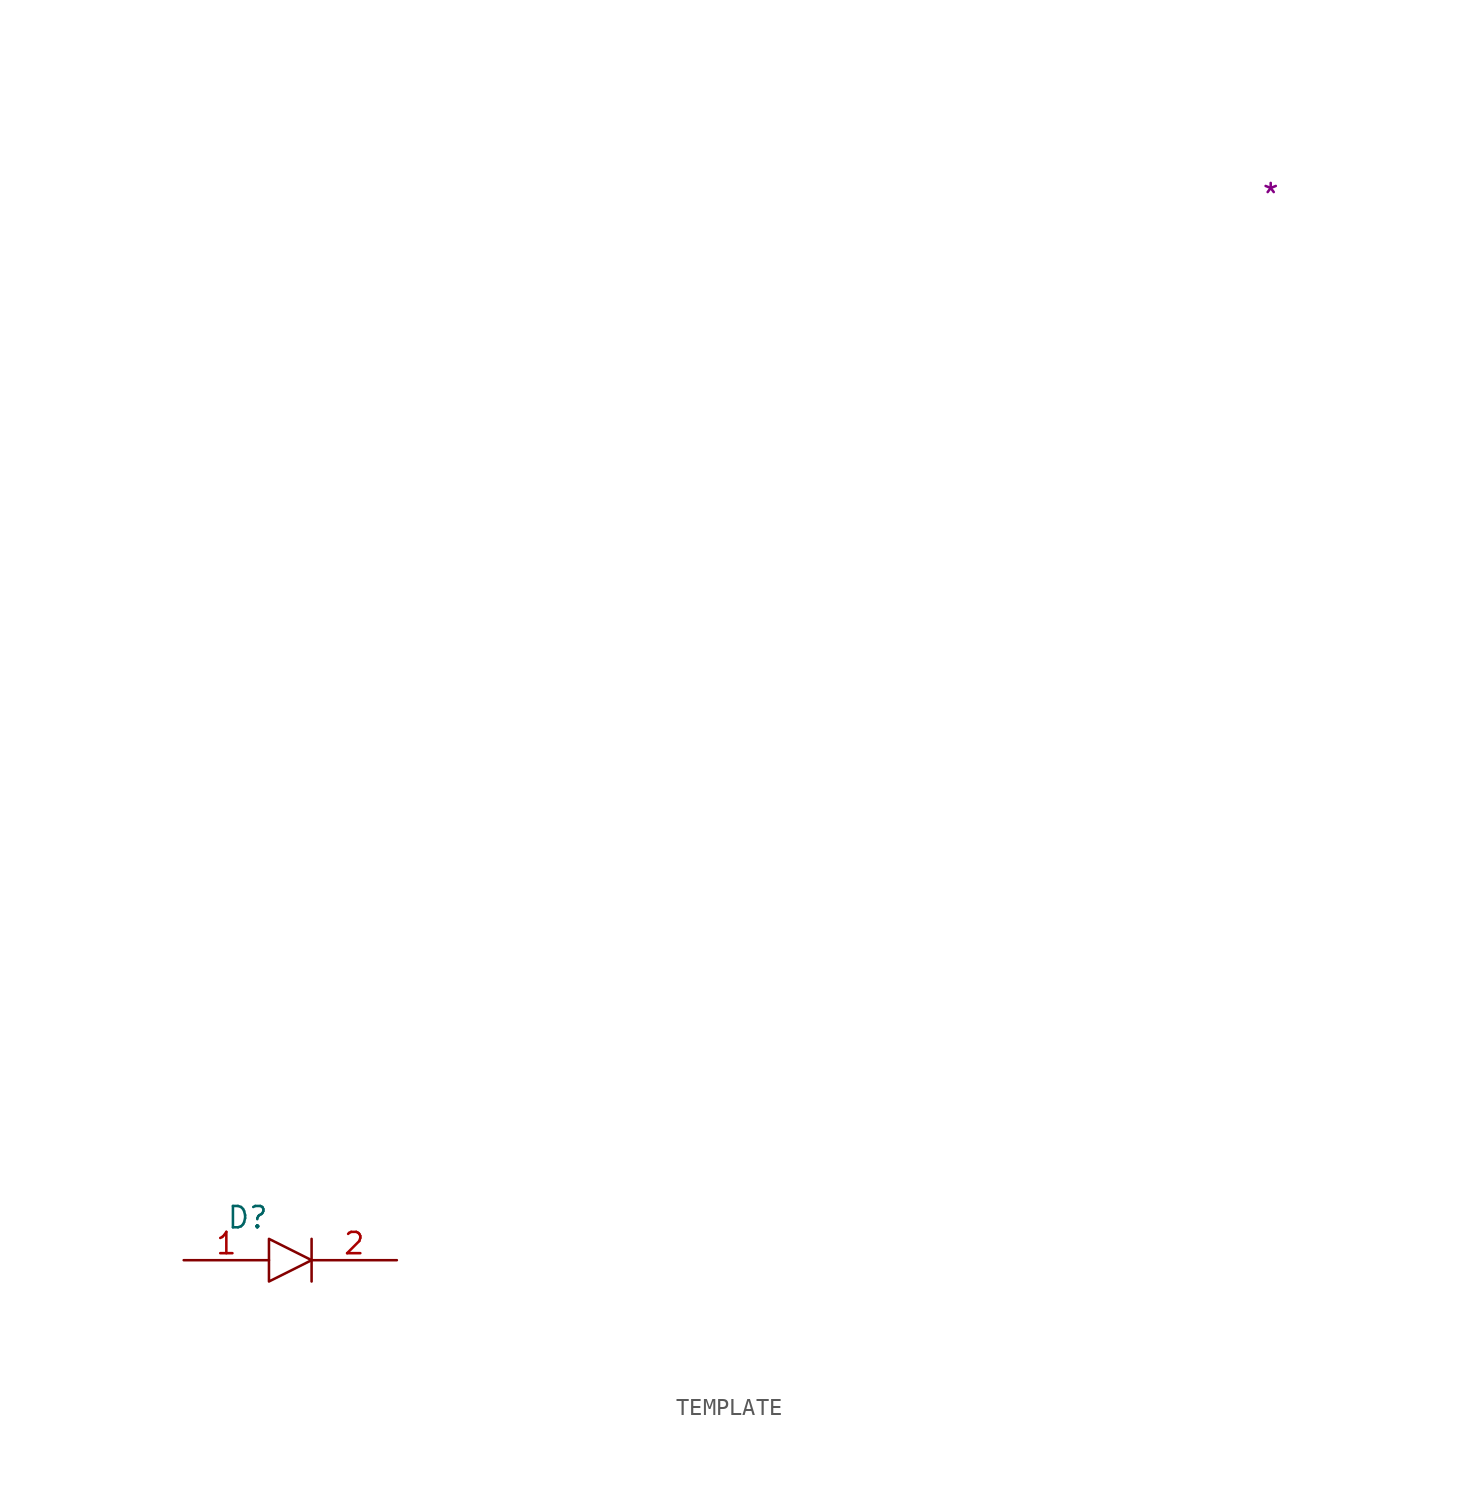
<source format=kicad_sym>
(kicad_symbol_lib
  (version 20241209)
  (generator "kicad_symbol_editor")
  (generator_version "9.0")
  (symbol "TEMPLATE"
    (pin_names
      (offset 1.016))
    (property "Reference" "D"
      (at -2.54 2.54 0)
      (effects (font (size 1.27 1.27))))
    (property "_Value_" "*"
      (at 58.42 63.5 0)
      (effects (font (size 1.27 1.27))))
    (symbol "TEMPLATE_0_1"
      (polyline (pts (xy -1.27 1.27) (xy -1.27 -1.27) (xy 1.27 0) (xy -1.27 1.27)) (stroke (width 0) (type solid)) (fill (type none)))
      (polyline (pts (xy 1.27 -1.27) (xy 1.27 1.27)) (stroke (width 0) (type solid)) (fill (type none))))
    (symbol "TEMPLATE_1_1"
      (pin passive line (at -6.35 0 0) (length 5.08) (name "~" (effects (font (size 1.27 1.27)))) (number "1" (effects (font (size 1.27 1.27)))))
      (pin passive line (at 6.35 0 180) (length 5.08) (name "~" (effects (font (size 1.27 1.27)))) (number "2" (effects (font (size 1.27 1.27))))))))
</source>
